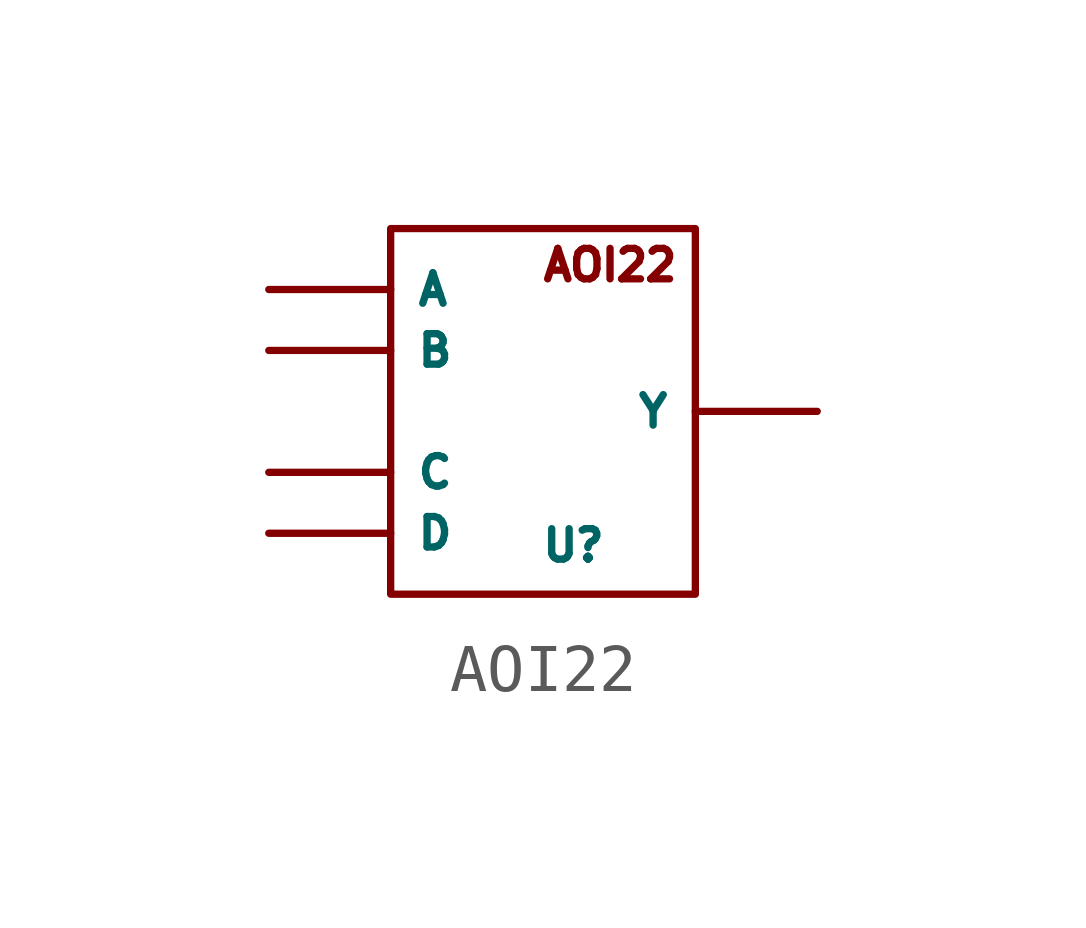
<source format=kicad_sym>
(kicad_symbol_lib
  (version 20241209)
  (generator "kicad_symbol_editor")
  (generator_version "9.0")
  (symbol "AOI22"
    (pin_numbers
      (hide yes))
    (property "Reference" "U"
      (at 1.27 -1.524 0)
      (do_not_autoplace)
      (effects (font (size 0.635 0.635))))
    (property "Value" ""
      (at 0 0 0)
      (effects (font (size 1.27 1.27))))
    (symbol "AOI22_0_1"
      (rectangle (start -2.54 5.08) (end 3.81 -2.54) (stroke (width 0) (type default)) (fill (type none))))
    (symbol "AOI22_1_1"
      (text "AOI22" (at 2.032 4.318 0) (effects (font (size 0.635 0.635))))
      (pin input line (at -5.08 3.81 0) (length 2.54) (name "A" (effects (font (size 0.635 0.635)))) (number "A" (effects (font (size 1.27 1.27)))))
      (pin input line (at -5.08 2.54 0) (length 2.54) (name "B" (effects (font (size 0.635 0.635)))) (number "B" (effects (font (size 1.27 1.27)))))
      (pin input line (at -5.08 0 0) (length 2.54) (name "C" (effects (font (size 0.635 0.635)))) (number "C" (effects (font (size 1.27 1.27)))))
      (pin input line (at -5.08 -1.27 0) (length 2.54) (name "D" (effects (font (size 0.635 0.635)))) (number "D" (effects (font (size 1.27 1.27)))))
      (pin output line (at 6.35 1.27 180) (length 2.54) (name "Y" (effects (font (size 0.635 0.635)))) (number "Y" (effects (font (size 1.27 1.27))))))))
</source>
